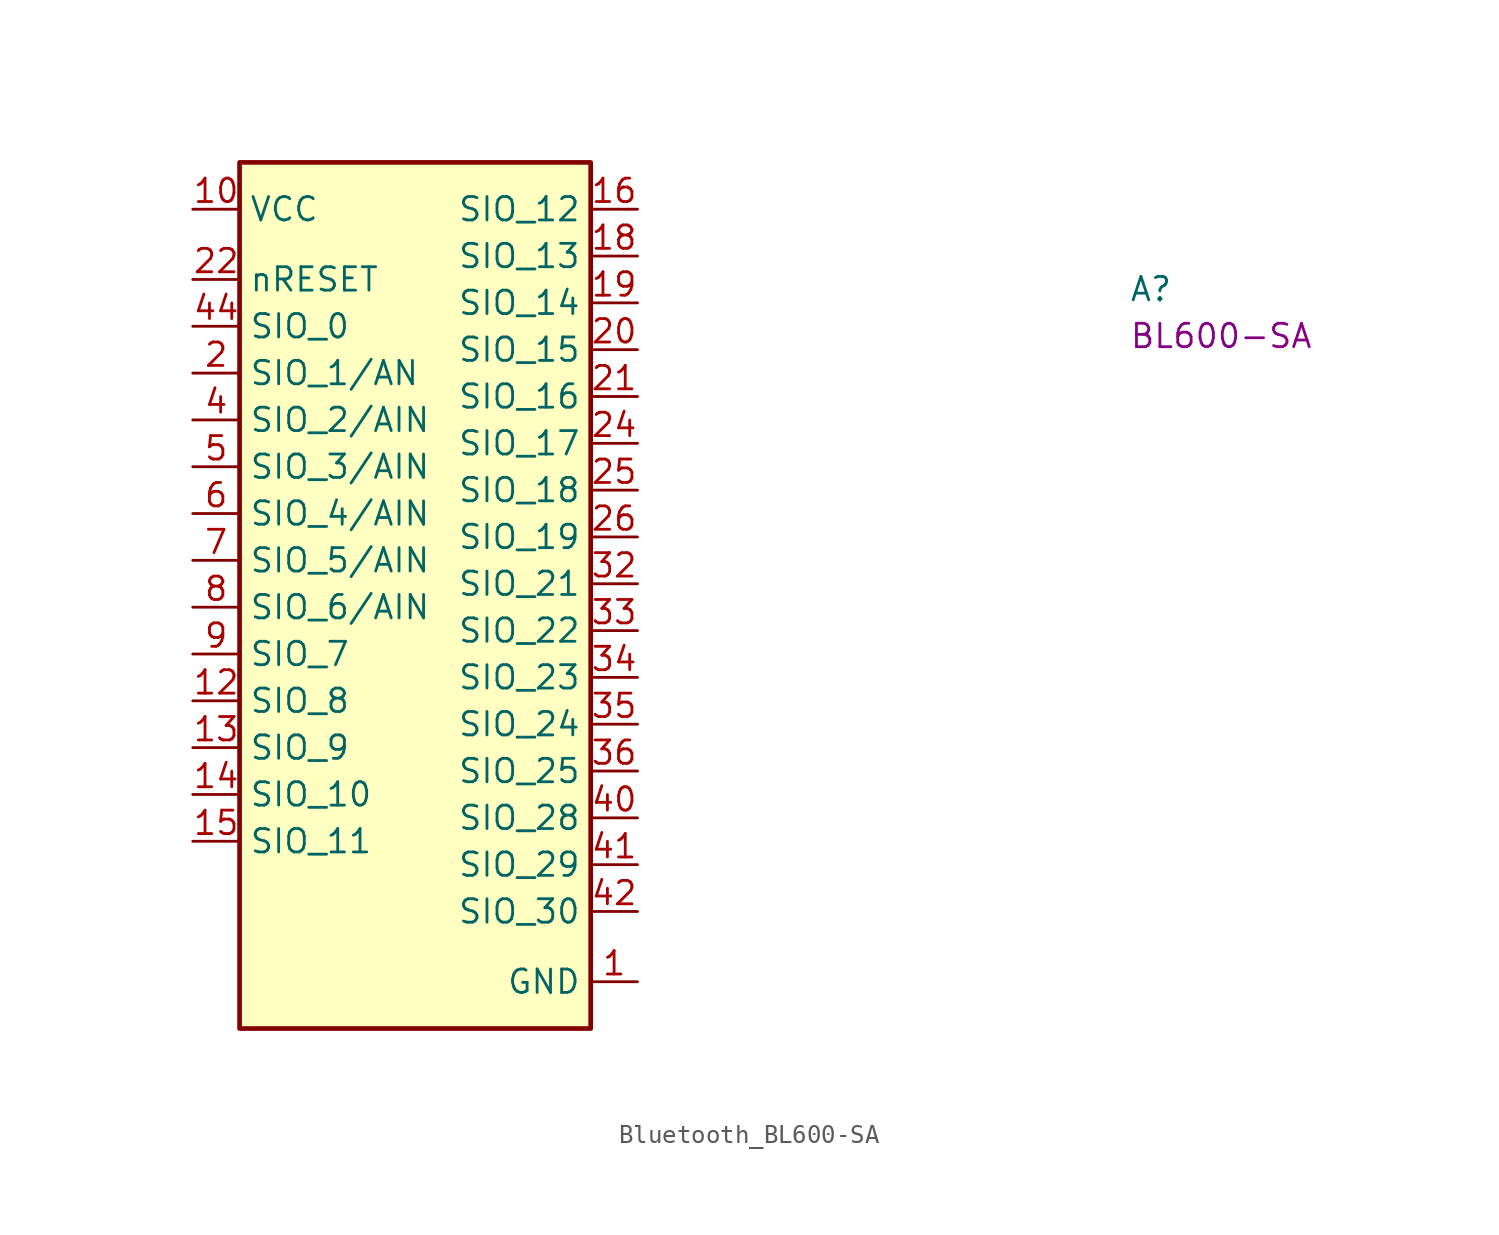
<source format=kicad_sym>
(kicad_symbol_lib
  (version 20220914)
  (generator kicad_symbol_editor)
  (symbol "Bluetooth_BL600-SA"
    (property "Reference" "A"
      (at 50.8 -5.08 0)
      (effects (font (size 1.27 1.27) (thickness 0.15)) (justify left bottom)))
    (property "MPN" "BL600-SA"
      (at 50.8 -7.62 0)
      (effects (font (size 1.27 1.27) (thickness 0.15)) (justify left bottom)))
    (symbol "Bluetooth_BL600-SA_1_1"
      (rectangle (start 2.54 2.54) (end 21.59 -44.45) (stroke (width 0.254) (type default)) (fill (type background)))
      (pin power_in line (at 24.13 -41.91 180) (length 2.54) (name "GND" (effects (font (size 1.27 1.27)))) (number "1" (effects (font (size 1.27 1.27)))))
      (pin power_in line (at 0 0 0) (length 2.54) (name "VCC" (effects (font (size 1.27 1.27)))) (number "10" (effects (font (size 1.27 1.27)))))
      (pin passive line (at 24.13 -41.91 180) (length 2.54) hide (name "GND" (effects (font (size 1.27 1.27)))) (number "11" (effects (font (size 1.27 1.27)))))
      (pin bidirectional line (at 0 -26.67 0) (length 2.54) (name "SIO_8" (effects (font (size 1.27 1.27)))) (number "12" (effects (font (size 1.27 1.27)))))
      (pin bidirectional line (at 0 -29.21 0) (length 2.54) (name "SIO_9" (effects (font (size 1.27 1.27)))) (number "13" (effects (font (size 1.27 1.27)))))
      (pin bidirectional line (at 0 -31.75 0) (length 2.54) (name "SIO_10" (effects (font (size 1.27 1.27)))) (number "14" (effects (font (size 1.27 1.27)))))
      (pin bidirectional line (at 0 -34.29 0) (length 2.54) (name "SIO_11" (effects (font (size 1.27 1.27)))) (number "15" (effects (font (size 1.27 1.27)))))
      (pin bidirectional line (at 24.13 0 180) (length 2.54) (name "SIO_12" (effects (font (size 1.27 1.27)))) (number "16" (effects (font (size 1.27 1.27)))))
      (pin passive line (at 24.13 -41.91 180) (length 2.54) hide (name "GND" (effects (font (size 1.27 1.27)))) (number "17" (effects (font (size 1.27 1.27)))))
      (pin bidirectional line (at 24.13 -2.54 180) (length 2.54) (name "SIO_13" (effects (font (size 1.27 1.27)))) (number "18" (effects (font (size 1.27 1.27)))))
      (pin bidirectional line (at 24.13 -5.08 180) (length 2.54) (name "SIO_14" (effects (font (size 1.27 1.27)))) (number "19" (effects (font (size 1.27 1.27)))))
      (pin bidirectional line (at 0 -8.89 0) (length 2.54) (name "SIO_1/AN" (effects (font (size 1.27 1.27)))) (number "2" (effects (font (size 1.27 1.27)))))
      (pin bidirectional line (at 24.13 -7.62 180) (length 2.54) (name "SIO_15" (effects (font (size 1.27 1.27)))) (number "20" (effects (font (size 1.27 1.27)))))
      (pin bidirectional line (at 24.13 -10.16 180) (length 2.54) (name "SIO_16" (effects (font (size 1.27 1.27)))) (number "21" (effects (font (size 1.27 1.27)))))
      (pin input line (at 0 -3.81 0) (length 2.54) (name "nRESET" (effects (font (size 1.27 1.27)))) (number "22" (effects (font (size 1.27 1.27)))))
      (pin no_connect line (at 2.54 -36.83 0) (length 2.54) hide (name "NC" (effects (font (size 1.27 1.27)))) (number "23" (effects (font (size 1.27 1.27)))))
      (pin bidirectional line (at 24.13 -12.7 180) (length 2.54) (name "SIO_17" (effects (font (size 1.27 1.27)))) (number "24" (effects (font (size 1.27 1.27)))))
      (pin bidirectional line (at 24.13 -15.24 180) (length 2.54) (name "SIO_18" (effects (font (size 1.27 1.27)))) (number "25" (effects (font (size 1.27 1.27)))))
      (pin bidirectional line (at 24.13 -17.78 180) (length 2.54) (name "SIO_19" (effects (font (size 1.27 1.27)))) (number "26" (effects (font (size 1.27 1.27)))))
      (pin no_connect line (at 2.54 -39.37 0) (length 2.54) hide (name "SIO_20/NC" (effects (font (size 1.27 1.27)))) (number "27" (effects (font (size 1.27 1.27)))))
      (pin passive line (at 24.13 -41.91 180) (length 2.54) hide (name "GND" (effects (font (size 1.27 1.27)))) (number "28" (effects (font (size 1.27 1.27)))))
      (pin passive line (at 24.13 -41.91 180) (length 2.54) hide (name "GND" (effects (font (size 1.27 1.27)))) (number "29" (effects (font (size 1.27 1.27)))))
      (pin passive line (at 24.13 -41.91 180) (length 2.54) hide (name "GND" (effects (font (size 1.27 1.27)))) (number "3" (effects (font (size 1.27 1.27)))))
      (pin no_connect line (at 2.54 -38.1 0) (length 2.54) hide (name "NC" (effects (font (size 1.27 1.27)))) (number "30" (effects (font (size 1.27 1.27)))))
      (pin passive line (at 24.13 -41.91 180) (length 2.54) hide (name "GND" (effects (font (size 1.27 1.27)))) (number "31" (effects (font (size 1.27 1.27)))))
      (pin bidirectional line (at 24.13 -20.32 180) (length 2.54) (name "SIO_21" (effects (font (size 1.27 1.27)))) (number "32" (effects (font (size 1.27 1.27)))))
      (pin bidirectional line (at 24.13 -22.86 180) (length 2.54) (name "SIO_22" (effects (font (size 1.27 1.27)))) (number "33" (effects (font (size 1.27 1.27)))))
      (pin bidirectional line (at 24.13 -25.4 180) (length 2.54) (name "SIO_23" (effects (font (size 1.27 1.27)))) (number "34" (effects (font (size 1.27 1.27)))))
      (pin bidirectional line (at 24.13 -27.94 180) (length 2.54) (name "SIO_24" (effects (font (size 1.27 1.27)))) (number "35" (effects (font (size 1.27 1.27)))))
      (pin bidirectional line (at 24.13 -30.48 180) (length 2.54) (name "SIO_25" (effects (font (size 1.27 1.27)))) (number "36" (effects (font (size 1.27 1.27)))))
      (pin passive line (at 24.13 -41.91 180) (length 2.54) hide (name "GND" (effects (font (size 1.27 1.27)))) (number "37" (effects (font (size 1.27 1.27)))))
      (pin no_connect line (at 2.54 -40.64 0) (length 2.54) hide (name "SIO_26/NC" (effects (font (size 1.27 1.27)))) (number "38" (effects (font (size 1.27 1.27)))))
      (pin no_connect line (at 2.54 -41.91 0) (length 2.54) hide (name "SIO_27/NC" (effects (font (size 1.27 1.27)))) (number "39" (effects (font (size 1.27 1.27)))))
      (pin bidirectional line (at 0 -11.43 0) (length 2.54) (name "SIO_2/AIN" (effects (font (size 1.27 1.27)))) (number "4" (effects (font (size 1.27 1.27)))))
      (pin bidirectional line (at 24.13 -33.02 180) (length 2.54) (name "SIO_28" (effects (font (size 1.27 1.27)))) (number "40" (effects (font (size 1.27 1.27)))))
      (pin bidirectional line (at 24.13 -35.56 180) (length 2.54) (name "SIO_29" (effects (font (size 1.27 1.27)))) (number "41" (effects (font (size 1.27 1.27)))))
      (pin bidirectional line (at 24.13 -38.1 180) (length 2.54) (name "SIO_30" (effects (font (size 1.27 1.27)))) (number "42" (effects (font (size 1.27 1.27)))))
      (pin passive line (at 24.13 -41.91 180) (length 2.54) hide (name "GND" (effects (font (size 1.27 1.27)))) (number "43" (effects (font (size 1.27 1.27)))))
      (pin bidirectional line (at 0 -6.35 0) (length 2.54) (name "SIO_0" (effects (font (size 1.27 1.27)))) (number "44" (effects (font (size 1.27 1.27)))))
      (pin bidirectional line (at 0 -13.97 0) (length 2.54) (name "SIO_3/AIN" (effects (font (size 1.27 1.27)))) (number "5" (effects (font (size 1.27 1.27)))))
      (pin bidirectional line (at 0 -16.51 0) (length 2.54) (name "SIO_4/AIN" (effects (font (size 1.27 1.27)))) (number "6" (effects (font (size 1.27 1.27)))))
      (pin bidirectional line (at 0 -19.05 0) (length 2.54) (name "SIO_5/AIN" (effects (font (size 1.27 1.27)))) (number "7" (effects (font (size 1.27 1.27)))))
      (pin bidirectional line (at 0 -21.59 0) (length 2.54) (name "SIO_6/AIN" (effects (font (size 1.27 1.27)))) (number "8" (effects (font (size 1.27 1.27)))))
      (pin bidirectional line (at 0 -24.13 0) (length 2.54) (name "SIO_7" (effects (font (size 1.27 1.27)))) (number "9" (effects (font (size 1.27 1.27))))))))
</source>
